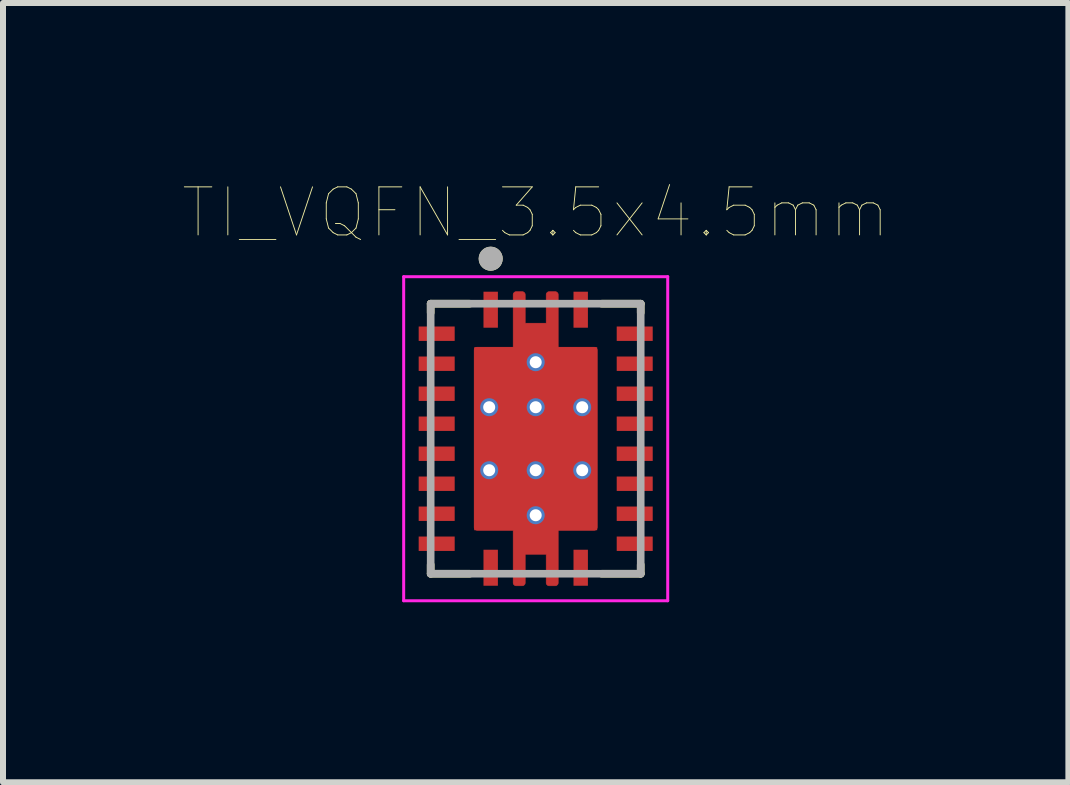
<source format=kicad_pcb>
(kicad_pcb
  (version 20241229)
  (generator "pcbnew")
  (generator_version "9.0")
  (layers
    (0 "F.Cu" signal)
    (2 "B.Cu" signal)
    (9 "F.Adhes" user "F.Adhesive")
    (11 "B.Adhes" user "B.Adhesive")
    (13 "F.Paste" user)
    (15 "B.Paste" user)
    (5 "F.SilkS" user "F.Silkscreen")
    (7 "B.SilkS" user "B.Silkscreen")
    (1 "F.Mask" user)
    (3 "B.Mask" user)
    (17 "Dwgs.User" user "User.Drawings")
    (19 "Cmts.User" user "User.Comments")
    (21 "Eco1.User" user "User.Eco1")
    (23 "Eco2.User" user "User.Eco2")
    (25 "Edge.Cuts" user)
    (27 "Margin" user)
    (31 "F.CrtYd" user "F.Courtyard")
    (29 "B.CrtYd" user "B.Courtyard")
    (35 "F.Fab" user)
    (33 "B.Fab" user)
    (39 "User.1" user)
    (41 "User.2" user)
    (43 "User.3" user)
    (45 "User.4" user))
  (footprint "TI_VQFN_3.5x4.5mm"
    (layer "F.Cu")
    (at 5.877 4.261)
    (property "Reference" "TI_VQFN_3.5x4.5mm" (at 0 -3.766 0) (layer "F.SilkS") (effects (font (size 0.801 0.801) (thickness 0.015))))
    (attr smd)
    (fp_poly (pts (xy -0.375 -1.525) (xy -0.375 -2.4) (xy -0.375 -2.403) (xy -0.375 -2.405) (xy -0.374 -2.408) (xy -0.374 -2.41) (xy -0.373 -2.413) (xy -0.373 -2.415) (xy -0.372 -2.418) (xy -0.371 -2.42) (xy -0.37 -2.423) (xy -0.368 -2.425) (xy -0.367 -2.427) (xy -0.365 -2.429) (xy -0.364 -2.431) (xy -0.362 -2.433) (xy -0.36 -2.435) (xy -0.358 -2.437) (xy -0.356 -2.439) (xy -0.354 -2.44) (xy -0.352 -2.442) (xy -0.35 -2.443) (xy -0.348 -2.445) (xy -0.345 -2.446) (xy -0.343 -2.447) (xy -0.34 -2.448) (xy -0.338 -2.448) (xy -0.335 -2.449) (xy -0.333 -2.449) (xy -0.33 -2.45) (xy -0.328 -2.45) (xy -0.325 -2.45) (xy -0.225 -2.45) (xy -0.222 -2.45) (xy -0.22 -2.45) (xy -0.217 -2.449) (xy -0.215 -2.449) (xy -0.212 -2.448) (xy -0.21 -2.448) (xy -0.207 -2.447) (xy -0.205 -2.446) (xy -0.202 -2.445) (xy -0.2 -2.443) (xy -0.198 -2.442) (xy -0.196 -2.44) (xy -0.194 -2.439) (xy -0.192 -2.437) (xy -0.19 -2.435) (xy -0.188 -2.433) (xy -0.186 -2.431) (xy -0.185 -2.429) (xy -0.183 -2.427) (xy -0.182 -2.425) (xy -0.18 -2.423) (xy -0.179 -2.42) (xy -0.178 -2.418) (xy -0.177 -2.415) (xy -0.177 -2.413) (xy -0.176 -2.41) (xy -0.176 -2.408) (xy -0.175 -2.405) (xy -0.175 -2.403) (xy -0.175 -2.4) (xy -0.175 -1.925) (xy 0.175 -1.925) (xy 0.175 -2.4) (xy 0.175 -2.403) (xy 0.175 -2.405) (xy 0.176 -2.408) (xy 0.176 -2.41) (xy 0.177 -2.413) (xy 0.177 -2.415) (xy 0.178 -2.418) (xy 0.179 -2.42) (xy 0.18 -2.423) (xy 0.182 -2.425) (xy 0.183 -2.427) (xy 0.185 -2.429) (xy 0.186 -2.431) (xy 0.188 -2.433) (xy 0.19 -2.435) (xy 0.192 -2.437) (xy 0.194 -2.439) (xy 0.196 -2.44) (xy 0.198 -2.442) (xy 0.2 -2.443) (xy 0.202 -2.445) (xy 0.205 -2.446) (xy 0.207 -2.447) (xy 0.21 -2.448) (xy 0.212 -2.448) (xy 0.215 -2.449) (xy 0.217 -2.449) (xy 0.22 -2.45) (xy 0.222 -2.45) (xy 0.225 -2.45) (xy 0.325 -2.45) (xy 0.328 -2.45) (xy 0.33 -2.45) (xy 0.333 -2.449) (xy 0.335 -2.449) (xy 0.338 -2.448) (xy 0.34 -2.448) (xy 0.343 -2.447) (xy 0.345 -2.446) (xy 0.348 -2.445) (xy 0.35 -2.443) (xy 0.352 -2.442) (xy 0.354 -2.44) (xy 0.356 -2.439) (xy 0.358 -2.437) (xy 0.36 -2.435) (xy 0.362 -2.433) (xy 0.364 -2.431) (xy 0.365 -2.429) (xy 0.367 -2.427) (xy 0.368 -2.425) (xy 0.37 -2.423) (xy 0.371 -2.42) (xy 0.372 -2.418) (xy 0.373 -2.415) (xy 0.373 -2.413) (xy 0.374 -2.41) (xy 0.374 -2.408) (xy 0.375 -2.405) (xy 0.375 -2.403) (xy 0.375 -2.4) (xy 0.375 -1.525) (xy 0.975 -1.525) (xy 0.978 -1.525) (xy 0.98 -1.525) (xy 0.983 -1.524) (xy 0.985 -1.524) (xy 0.988 -1.523) (xy 0.99 -1.523) (xy 0.993 -1.522) (xy 0.995 -1.521) (xy 0.998 -1.52) (xy 1 -1.518) (xy 1.002 -1.517) (xy 1.004 -1.515) (xy 1.006 -1.514) (xy 1.008 -1.512) (xy 1.01 -1.51) (xy 1.012 -1.508) (xy 1.014 -1.506) (xy 1.015 -1.504) (xy 1.017 -1.502) (xy 1.018 -1.5) (xy 1.02 -1.498) (xy 1.021 -1.495) (xy 1.022 -1.493) (xy 1.023 -1.49) (xy 1.023 -1.488) (xy 1.024 -1.485) (xy 1.024 -1.483) (xy 1.025 -1.48) (xy 1.025 -1.478) (xy 1.025 -1.475) (xy 1.025 1.475) (xy 1.025 1.478) (xy 1.025 1.48) (xy 1.024 1.483) (xy 1.024 1.485) (xy 1.023 1.488) (xy 1.023 1.49) (xy 1.022 1.493) (xy 1.021 1.495) (xy 1.02 1.498) (xy 1.018 1.5) (xy 1.017 1.502) (xy 1.015 1.504) (xy 1.014 1.506) (xy 1.012 1.508) (xy 1.01 1.51) (xy 1.008 1.512) (xy 1.006 1.514) (xy 1.004 1.515) (xy 1.002 1.517) (xy 1 1.518) (xy 0.998 1.52) (xy 0.995 1.521) (xy 0.993 1.522) (xy 0.99 1.523) (xy 0.988 1.523) (xy 0.985 1.524) (xy 0.983 1.524) (xy 0.98 1.525) (xy 0.978 1.525) (xy 0.975 1.525) (xy 0.375 1.525) (xy 0.375 2.4) (xy 0.375 2.403) (xy 0.375 2.405) (xy 0.374 2.408) (xy 0.374 2.41) (xy 0.373 2.413) (xy 0.373 2.415) (xy 0.372 2.418) (xy 0.371 2.42) (xy 0.37 2.423) (xy 0.368 2.425) (xy 0.367 2.427) (xy 0.365 2.429) (xy 0.364 2.431) (xy 0.362 2.433) (xy 0.36 2.435) (xy 0.358 2.437) (xy 0.356 2.439) (xy 0.354 2.44) (xy 0.352 2.442) (xy 0.35 2.443) (xy 0.348 2.445) (xy 0.345 2.446) (xy 0.343 2.447) (xy 0.34 2.448) (xy 0.338 2.448) (xy 0.335 2.449) (xy 0.333 2.449) (xy 0.33 2.45) (xy 0.328 2.45) (xy 0.325 2.45) (xy 0.225 2.45) (xy 0.222 2.45) (xy 0.22 2.45) (xy 0.217 2.449) (xy 0.215 2.449) (xy 0.212 2.448) (xy 0.21 2.448) (xy 0.207 2.447) (xy 0.205 2.446) (xy 0.202 2.445) (xy 0.2 2.443) (xy 0.198 2.442) (xy 0.196 2.44) (xy 0.194 2.439) (xy 0.192 2.437) (xy 0.19 2.435) (xy 0.188 2.433) (xy 0.186 2.431) (xy 0.185 2.429) (xy 0.183 2.427) (xy 0.182 2.425) (xy 0.18 2.423) (xy 0.179 2.42) (xy 0.178 2.418) (xy 0.177 2.415) (xy 0.177 2.413) (xy 0.176 2.41) (xy 0.176 2.408) (xy 0.175 2.405) (xy 0.175 2.403) (xy 0.175 2.4) (xy 0.175 1.925) (xy -0.175 1.925) (xy -0.175 2.4) (xy -0.175 2.403) (xy -0.175 2.405) (xy -0.176 2.408) (xy -0.176 2.41) (xy -0.177 2.413) (xy -0.177 2.415) (xy -0.178 2.418) (xy -0.179 2.42) (xy -0.18 2.423) (xy -0.182 2.425) (xy -0.183 2.427) (xy -0.185 2.429) (xy -0.186 2.431) (xy -0.188 2.433) (xy -0.19 2.435) (xy -0.192 2.437) (xy -0.194 2.439) (xy -0.196 2.44) (xy -0.198 2.442) (xy -0.2 2.443) (xy -0.202 2.445) (xy -0.205 2.446) (xy -0.207 2.447) (xy -0.21 2.448) (xy -0.212 2.448) (xy -0.215 2.449) (xy -0.217 2.449) (xy -0.22 2.45) (xy -0.222 2.45) (xy -0.225 2.45) (xy -0.325 2.45) (xy -0.328 2.45) (xy -0.33 2.45) (xy -0.333 2.449) (xy -0.335 2.449) (xy -0.338 2.448) (xy -0.34 2.448) (xy -0.343 2.447) (xy -0.345 2.446) (xy -0.348 2.445) (xy -0.35 2.443) (xy -0.352 2.442) (xy -0.354 2.44) (xy -0.356 2.439) (xy -0.358 2.437) (xy -0.36 2.435) (xy -0.362 2.433) (xy -0.364 2.431) (xy -0.365 2.429) (xy -0.367 2.427) (xy -0.368 2.425) (xy -0.37 2.423) (xy -0.371 2.42) (xy -0.372 2.418) (xy -0.373 2.415) (xy -0.373 2.413) (xy -0.374 2.41) (xy -0.374 2.408) (xy -0.375 2.405) (xy -0.375 2.403) (xy -0.375 2.4) (xy -0.375 1.525) (xy -0.975 1.525) (xy -0.978 1.525) (xy -0.98 1.525) (xy -0.983 1.524) (xy -0.985 1.524) (xy -0.988 1.523) (xy -0.99 1.523) (xy -0.993 1.522) (xy -0.995 1.521) (xy -0.998 1.52) (xy -1 1.518) (xy -1.002 1.517) (xy -1.004 1.515) (xy -1.006 1.514) (xy -1.008 1.512) (xy -1.01 1.51) (xy -1.012 1.508) (xy -1.014 1.506) (xy -1.015 1.504) (xy -1.017 1.502) (xy -1.018 1.5) (xy -1.02 1.498) (xy -1.021 1.495) (xy -1.022 1.493) (xy -1.023 1.49) (xy -1.023 1.488) (xy -1.024 1.485) (xy -1.024 1.483) (xy -1.025 1.48) (xy -1.025 1.478) (xy -1.025 1.475) (xy -1.025 -1.475) (xy -1.025 -1.478) (xy -1.025 -1.48) (xy -1.024 -1.483) (xy -1.024 -1.485) (xy -1.023 -1.488) (xy -1.023 -1.49) (xy -1.022 -1.493) (xy -1.021 -1.495) (xy -1.02 -1.498) (xy -1.018 -1.5) (xy -1.017 -1.502) (xy -1.015 -1.504) (xy -1.014 -1.506) (xy -1.012 -1.508) (xy -1.01 -1.51) (xy -1.008 -1.512) (xy -1.006 -1.514) (xy -1.004 -1.515) (xy -1.002 -1.517) (xy -1 -1.518) (xy -0.998 -1.52) (xy -0.995 -1.521) (xy -0.993 -1.522) (xy -0.99 -1.523) (xy -0.988 -1.523) (xy -0.985 -1.524) (xy -0.983 -1.524) (xy -0.98 -1.525) (xy -0.978 -1.525) (xy -0.975 -1.525) (xy -0.375 -1.525)) (stroke (width 0.01) (type solid)) (fill yes) (layer "F.Cu"))
    (fp_poly (pts (xy -0.477 -1.627) (xy -0.477 -2.4) (xy -0.477 -2.408) (xy -0.476 -2.416) (xy -0.475 -2.424) (xy -0.474 -2.432) (xy -0.472 -2.439) (xy -0.47 -2.447) (xy -0.467 -2.454) (xy -0.464 -2.462) (xy -0.46 -2.469) (xy -0.457 -2.476) (xy -0.452 -2.483) (xy -0.448 -2.489) (xy -0.443 -2.496) (xy -0.438 -2.502) (xy -0.432 -2.507) (xy -0.427 -2.513) (xy -0.421 -2.518) (xy -0.414 -2.523) (xy -0.408 -2.527) (xy -0.401 -2.532) (xy -0.394 -2.535) (xy -0.387 -2.539) (xy -0.379 -2.542) (xy -0.372 -2.545) (xy -0.364 -2.547) (xy -0.357 -2.549) (xy -0.349 -2.55) (xy -0.341 -2.551) (xy -0.333 -2.552) (xy -0.325 -2.552) (xy -0.225 -2.552) (xy -0.217 -2.552) (xy -0.209 -2.551) (xy -0.201 -2.55) (xy -0.193 -2.549) (xy -0.186 -2.547) (xy -0.178 -2.545) (xy -0.171 -2.542) (xy -0.163 -2.539) (xy -0.156 -2.535) (xy -0.149 -2.532) (xy -0.142 -2.527) (xy -0.136 -2.523) (xy -0.129 -2.518) (xy -0.123 -2.513) (xy -0.118 -2.507) (xy -0.112 -2.502) (xy -0.107 -2.496) (xy -0.102 -2.489) (xy -0.098 -2.483) (xy -0.093 -2.476) (xy -0.09 -2.469) (xy -0.086 -2.462) (xy -0.083 -2.454) (xy -0.08 -2.447) (xy -0.078 -2.439) (xy -0.076 -2.432) (xy -0.075 -2.424) (xy -0.074 -2.416) (xy -0.073 -2.408) (xy -0.073 -2.4) (xy -0.073 -2.027) (xy 0.072 -2.027) (xy 0.073 -2.027) (xy 0.073 -2.402) (xy 0.073 -2.41) (xy 0.074 -2.418) (xy 0.075 -2.425) (xy 0.076 -2.433) (xy 0.078 -2.441) (xy 0.08 -2.448) (xy 0.083 -2.456) (xy 0.086 -2.463) (xy 0.089 -2.47) (xy 0.093 -2.477) (xy 0.097 -2.484) (xy 0.102 -2.49) (xy 0.106 -2.496) (xy 0.112 -2.502) (xy 0.117 -2.508) (xy 0.123 -2.513) (xy 0.129 -2.519) (xy 0.135 -2.523) (xy 0.141 -2.528) (xy 0.148 -2.532) (xy 0.155 -2.536) (xy 0.162 -2.539) (xy 0.169 -2.542) (xy 0.177 -2.545) (xy 0.184 -2.547) (xy 0.192 -2.549) (xy 0.2 -2.55) (xy 0.207 -2.551) (xy 0.215 -2.552) (xy 0.223 -2.552) (xy 0.326 -2.552) (xy 0.334 -2.552) (xy 0.342 -2.551) (xy 0.35 -2.55) (xy 0.357 -2.549) (xy 0.365 -2.547) (xy 0.373 -2.545) (xy 0.38 -2.542) (xy 0.387 -2.539) (xy 0.395 -2.536) (xy 0.402 -2.532) (xy 0.408 -2.528) (xy 0.415 -2.523) (xy 0.421 -2.518) (xy 0.427 -2.513) (xy 0.433 -2.508) (xy 0.438 -2.502) (xy 0.443 -2.496) (xy 0.448 -2.49) (xy 0.453 -2.483) (xy 0.457 -2.477) (xy 0.461 -2.47) (xy 0.464 -2.462) (xy 0.467 -2.455) (xy 0.47 -2.448) (xy 0.472 -2.44) (xy 0.474 -2.432) (xy 0.475 -2.425) (xy 0.476 -2.417) (xy 0.477 -2.409) (xy 0.477 -2.401) (xy 0.477 -1.627) (xy 0.975 -1.627) (xy 0.983 -1.627) (xy 0.991 -1.626) (xy 0.999 -1.625) (xy 1.007 -1.624) (xy 1.014 -1.622) (xy 1.022 -1.62) (xy 1.029 -1.617) (xy 1.037 -1.614) (xy 1.044 -1.61) (xy 1.051 -1.607) (xy 1.058 -1.602) (xy 1.064 -1.598) (xy 1.071 -1.593) (xy 1.077 -1.588) (xy 1.082 -1.582) (xy 1.088 -1.577) (xy 1.093 -1.571) (xy 1.098 -1.564) (xy 1.102 -1.558) (xy 1.107 -1.551) (xy 1.11 -1.544) (xy 1.114 -1.537) (xy 1.117 -1.529) (xy 1.12 -1.522) (xy 1.122 -1.514) (xy 1.124 -1.507) (xy 1.125 -1.499) (xy 1.126 -1.491) (xy 1.127 -1.483) (xy 1.127 -1.475) (xy 1.127 1.476) (xy 1.127 1.484) (xy 1.126 1.492) (xy 1.125 1.499) (xy 1.124 1.507) (xy 1.122 1.515) (xy 1.12 1.522) (xy 1.117 1.53) (xy 1.114 1.537) (xy 1.111 1.544) (xy 1.107 1.551) (xy 1.103 1.558) (xy 1.098 1.564) (xy 1.094 1.57) (xy 1.088 1.576) (xy 1.083 1.582) (xy 1.077 1.587) (xy 1.071 1.593) (xy 1.065 1.597) (xy 1.059 1.602) (xy 1.052 1.606) (xy 1.045 1.61) (xy 1.038 1.613) (xy 1.031 1.616) (xy 1.023 1.619) (xy 1.016 1.621) (xy 1.008 1.623) (xy 1 1.624) (xy 0.993 1.625) (xy 0.985 1.626) (xy 0.977 1.626) (xy 0.478 1.626) (xy 0.478 1.626) (xy 0.478 1.626) (xy 0.478 1.626) (xy 0.478 1.626) (xy 0.478 1.626) (xy 0.478 1.626) (xy 0.478 1.626) (xy 0.478 1.626) (xy 0.478 1.626) (xy 0.477 1.626) (xy 0.477 1.626) (xy 0.477 1.626) (xy 0.477 1.626) (xy 0.477 1.626) (xy 0.477 1.626) (xy 0.477 1.626) (xy 0.477 1.626) (xy 0.477 1.626) (xy 0.477 1.626) (xy 0.477 1.627) (xy 0.477 1.627) (xy 0.477 1.627) (xy 0.477 1.627) (xy 0.477 1.627) (xy 0.477 1.627) (xy 0.477 1.627) (xy 0.477 1.627) (xy 0.477 1.627) (xy 0.477 1.627) (xy 0.477 1.627) (xy 0.477 2.401) (xy 0.477 2.409) (xy 0.476 2.417) (xy 0.475 2.424) (xy 0.474 2.432) (xy 0.472 2.44) (xy 0.47 2.447) (xy 0.467 2.455) (xy 0.464 2.462) (xy 0.461 2.469) (xy 0.457 2.476) (xy 0.453 2.483) (xy 0.448 2.489) (xy 0.444 2.495) (xy 0.438 2.501) (xy 0.433 2.507) (xy 0.427 2.512) (xy 0.421 2.518) (xy 0.415 2.522) (xy 0.409 2.527) (xy 0.402 2.531) (xy 0.395 2.535) (xy 0.388 2.538) (xy 0.381 2.541) (xy 0.373 2.544) (xy 0.366 2.546) (xy 0.358 2.548) (xy 0.35 2.549) (xy 0.343 2.55) (xy 0.335 2.551) (xy 0.327 2.551) (xy 0.222 2.551) (xy 0.214 2.551) (xy 0.206 2.55) (xy 0.199 2.549) (xy 0.191 2.548) (xy 0.183 2.546) (xy 0.176 2.544) (xy 0.169 2.541) (xy 0.161 2.538) (xy 0.154 2.535) (xy 0.147 2.531) (xy 0.141 2.527) (xy 0.134 2.523) (xy 0.128 2.518) (xy 0.122 2.513) (xy 0.117 2.507) (xy 0.111 2.502) (xy 0.106 2.496) (xy 0.101 2.49) (xy 0.097 2.483) (xy 0.093 2.477) (xy 0.089 2.47) (xy 0.086 2.463) (xy 0.083 2.455) (xy 0.08 2.448) (xy 0.078 2.441) (xy 0.076 2.433) (xy 0.075 2.425) (xy 0.074 2.418) (xy 0.073 2.41) (xy 0.073 2.402) (xy 0.073 2.027) (xy -0.072 2.027) (xy -0.072 2.027) (xy -0.072 2.027) (xy -0.072 2.027) (xy -0.072 2.027) (xy -0.072 2.027) (xy -0.072 2.027) (xy -0.072 2.027) (xy -0.072 2.027) (xy -0.072 2.027) (xy -0.072 2.027) (xy -0.073 2.027) (xy -0.073 2.027) (xy -0.073 2.027) (xy -0.073 2.027) (xy -0.073 2.027) (xy -0.073 2.027) (xy -0.073 2.027) (xy -0.073 2.027) (xy -0.073 2.027) (xy -0.073 2.027) (xy -0.073 2.028) (xy -0.073 2.028) (xy -0.073 2.028) (xy -0.073 2.028) (xy -0.073 2.028) (xy -0.073 2.028) (xy -0.073 2.028) (xy -0.073 2.028) (xy -0.073 2.028) (xy -0.073 2.028) (xy -0.073 2.401) (xy -0.073 2.409) (xy -0.074 2.417) (xy -0.075 2.424) (xy -0.076 2.432) (xy -0.078 2.44) (xy -0.08 2.447) (xy -0.083 2.455) (xy -0.086 2.462) (xy -0.089 2.469) (xy -0.093 2.476) (xy -0.097 2.483) (xy -0.102 2.489) (xy -0.106 2.495) (xy -0.112 2.501) (xy -0.117 2.507) (xy -0.123 2.512) (xy -0.129 2.518) (xy -0.135 2.522) (xy -0.141 2.527) (xy -0.148 2.531) (xy -0.155 2.535) (xy -0.162 2.538) (xy -0.169 2.541) (xy -0.177 2.544) (xy -0.184 2.546) (xy -0.192 2.548) (xy -0.2 2.549) (xy -0.207 2.55) (xy -0.215 2.551) (xy -0.223 2.551) (xy -0.329 2.551) (xy -0.337 2.551) (xy -0.344 2.55) (xy -0.352 2.549) (xy -0.36 2.548) (xy -0.367 2.546) (xy -0.375 2.544) (xy -0.382 2.541) (xy -0.389 2.538) (xy -0.396 2.535) (xy -0.403 2.531) (xy -0.41 2.527) (xy -0.416 2.523) (xy -0.422 2.518) (xy -0.428 2.513) (xy -0.434 2.508) (xy -0.439 2.502) (xy -0.444 2.496) (xy -0.449 2.49) (xy -0.453 2.484) (xy -0.457 2.477) (xy -0.461 2.47) (xy -0.464 2.463) (xy -0.467 2.456) (xy -0.47 2.449) (xy -0.472 2.441) (xy -0.474 2.434) (xy -0.475 2.426) (xy -0.476 2.418) (xy -0.477 2.411) (xy -0.477 2.403) (xy -0.477 1.627) (xy -0.975 1.627) (xy -0.983 1.627) (xy -0.991 1.626) (xy -0.999 1.625) (xy -1.007 1.624) (xy -1.014 1.622) (xy -1.022 1.62) (xy -1.029 1.617) (xy -1.037 1.614) (xy -1.044 1.61) (xy -1.051 1.607) (xy -1.058 1.602) (xy -1.064 1.598) (xy -1.071 1.593) (xy -1.077 1.588) (xy -1.082 1.582) (xy -1.088 1.577) (xy -1.093 1.571) (xy -1.098 1.564) (xy -1.102 1.558) (xy -1.107 1.551) (xy -1.11 1.544) (xy -1.114 1.537) (xy -1.117 1.529) (xy -1.12 1.522) (xy -1.122 1.514) (xy -1.124 1.507) (xy -1.125 1.499) (xy -1.126 1.491) (xy -1.127 1.483) (xy -1.127 1.475) (xy -1.127 -1.474) (xy -1.127 -1.482) (xy -1.126 -1.49) (xy -1.125 -1.498) (xy -1.124 -1.506) (xy -1.122 -1.513) (xy -1.12 -1.521) (xy -1.117 -1.528) (xy -1.114 -1.536) (xy -1.11 -1.543) (xy -1.107 -1.55) (xy -1.102 -1.557) (xy -1.098 -1.563) (xy -1.093 -1.57) (xy -1.088 -1.576) (xy -1.082 -1.581) (xy -1.077 -1.587) (xy -1.071 -1.592) (xy -1.064 -1.597) (xy -1.058 -1.601) (xy -1.051 -1.606) (xy -1.044 -1.609) (xy -1.037 -1.613) (xy -1.029 -1.616) (xy -1.022 -1.619) (xy -1.014 -1.621) (xy -1.007 -1.623) (xy -0.999 -1.624) (xy -0.991 -1.625) (xy -0.983 -1.626) (xy -0.975 -1.626) (xy -0.478 -1.626) (xy -0.478 -1.626) (xy -0.478 -1.626) (xy -0.478 -1.626) (xy -0.478 -1.626) (xy -0.478 -1.626) (xy -0.478 -1.626) (xy -0.478 -1.626) (xy -0.478 -1.626) (xy -0.478 -1.626) (xy -0.477 -1.626) (xy -0.477 -1.626) (xy -0.477 -1.626) (xy -0.477 -1.626) (xy -0.477 -1.626) (xy -0.477 -1.626) (xy -0.477 -1.626) (xy -0.477 -1.626) (xy -0.477 -1.626) (xy -0.477 -1.626) (xy -0.477 -1.627) (xy -0.477 -1.627) (xy -0.477 -1.627) (xy -0.477 -1.627) (xy -0.477 -1.627) (xy -0.477 -1.627) (xy -0.477 -1.627) (xy -0.477 -1.627) (xy -0.477 -1.627) (xy -0.477 -1.627) (xy -0.477 -1.627)) (stroke (width 0.01) (type solid)) (fill yes) (layer "F.Mask"))
    (fp_line (start -1.75 -2.25) (end -1.1 -2.25) (stroke (width 0.127) (type solid)) (layer "F.SilkS"))
    (fp_line (start -1.75 -2.1) (end -1.75 -2.25) (stroke (width 0.127) (type solid)) (layer "F.SilkS"))
    (fp_line (start -1.75 2.1) (end -1.75 2.25) (stroke (width 0.127) (type solid)) (layer "F.SilkS"))
    (fp_line (start -1.75 2.25) (end -1.1 2.25) (stroke (width 0.127) (type solid)) (layer "F.SilkS"))
    (fp_line (start 1.1 -2.25) (end 1.75 -2.25) (stroke (width 0.127) (type solid)) (layer "F.SilkS"))
    (fp_line (start 1.1 2.25) (end 1.75 2.25) (stroke (width 0.127) (type solid)) (layer "F.SilkS"))
    (fp_line (start 1.75 -2.25) (end 1.75 -2.1) (stroke (width 0.127) (type solid)) (layer "F.SilkS"))
    (fp_line (start 1.75 2.25) (end 1.75 2.1) (stroke (width 0.127) (type solid)) (layer "F.SilkS"))
    (fp_circle (center -0.75 -3) (end -0.65 -3) (stroke (width 0.2) (type solid)) (fill no) (layer "F.SilkS"))
    (fp_poly (pts (xy -1.02 -0.625) (xy -0.1 -0.625) (xy -0.1 -1.475) (xy -1.02 -1.475)) (stroke (width 0.01) (type solid)) (fill yes) (layer "F.Paste"))
    (fp_poly (pts (xy -1.02 0.425) (xy -0.1 0.425) (xy -0.1 -0.425) (xy -1.02 -0.425)) (stroke (width 0.01) (type solid)) (fill yes) (layer "F.Paste"))
    (fp_poly (pts (xy -1.02 1.475) (xy -0.1 1.475) (xy -0.1 0.625) (xy -1.02 0.625)) (stroke (width 0.01) (type solid)) (fill yes) (layer "F.Paste"))
    (fp_poly (pts (xy 0.1 -0.625) (xy 1.02 -0.625) (xy 1.02 -1.475) (xy 0.1 -1.475)) (stroke (width 0.01) (type solid)) (fill yes) (layer "F.Paste"))
    (fp_poly (pts (xy 0.1 0.425) (xy 1.02 0.425) (xy 1.02 -0.425) (xy 0.1 -0.425)) (stroke (width 0.01) (type solid)) (fill yes) (layer "F.Paste"))
    (fp_poly (pts (xy 0.1 1.475) (xy 1.02 1.475) (xy 1.02 0.625) (xy 0.1 0.625)) (stroke (width 0.01) (type solid)) (fill yes) (layer "F.Paste"))
    (fp_poly (pts (xy -0.375 -1.675) (xy -0.375 -2.4) (xy -0.375 -2.403) (xy -0.375 -2.405) (xy -0.374 -2.408) (xy -0.374 -2.41) (xy -0.373 -2.413) (xy -0.373 -2.415) (xy -0.372 -2.418) (xy -0.371 -2.42) (xy -0.37 -2.423) (xy -0.368 -2.425) (xy -0.367 -2.427) (xy -0.365 -2.429) (xy -0.364 -2.431) (xy -0.362 -2.433) (xy -0.36 -2.435) (xy -0.358 -2.437) (xy -0.356 -2.439) (xy -0.354 -2.44) (xy -0.352 -2.442) (xy -0.35 -2.443) (xy -0.348 -2.445) (xy -0.345 -2.446) (xy -0.343 -2.447) (xy -0.34 -2.448) (xy -0.338 -2.448) (xy -0.335 -2.449) (xy -0.333 -2.449) (xy -0.33 -2.45) (xy -0.328 -2.45) (xy -0.325 -2.45) (xy -0.225 -2.45) (xy -0.222 -2.45) (xy -0.22 -2.45) (xy -0.217 -2.449) (xy -0.215 -2.449) (xy -0.212 -2.448) (xy -0.21 -2.448) (xy -0.207 -2.447) (xy -0.205 -2.446) (xy -0.202 -2.445) (xy -0.2 -2.443) (xy -0.198 -2.442) (xy -0.196 -2.44) (xy -0.194 -2.439) (xy -0.192 -2.437) (xy -0.19 -2.435) (xy -0.188 -2.433) (xy -0.186 -2.431) (xy -0.185 -2.429) (xy -0.183 -2.427) (xy -0.182 -2.425) (xy -0.18 -2.423) (xy -0.179 -2.42) (xy -0.178 -2.418) (xy -0.177 -2.415) (xy -0.177 -2.413) (xy -0.176 -2.41) (xy -0.176 -2.408) (xy -0.175 -2.405) (xy -0.175 -2.403) (xy -0.175 -2.4) (xy -0.175 -1.925) (xy 0.175 -1.925) (xy 0.175 -2.4) (xy 0.175 -2.403) (xy 0.175 -2.405) (xy 0.176 -2.408) (xy 0.176 -2.41) (xy 0.177 -2.413) (xy 0.177 -2.415) (xy 0.178 -2.418) (xy 0.179 -2.42) (xy 0.18 -2.423) (xy 0.182 -2.425) (xy 0.183 -2.427) (xy 0.185 -2.429) (xy 0.186 -2.431) (xy 0.188 -2.433) (xy 0.19 -2.435) (xy 0.192 -2.437) (xy 0.194 -2.439) (xy 0.196 -2.44) (xy 0.198 -2.442) (xy 0.2 -2.443) (xy 0.202 -2.445) (xy 0.205 -2.446) (xy 0.207 -2.447) (xy 0.21 -2.448) (xy 0.212 -2.448) (xy 0.215 -2.449) (xy 0.217 -2.449) (xy 0.22 -2.45) (xy 0.222 -2.45) (xy 0.225 -2.45) (xy 0.325 -2.45) (xy 0.328 -2.45) (xy 0.33 -2.45) (xy 0.333 -2.449) (xy 0.335 -2.449) (xy 0.338 -2.448) (xy 0.34 -2.448) (xy 0.343 -2.447) (xy 0.345 -2.446) (xy 0.348 -2.445) (xy 0.35 -2.443) (xy 0.352 -2.442) (xy 0.354 -2.44) (xy 0.356 -2.439) (xy 0.358 -2.437) (xy 0.36 -2.435) (xy 0.362 -2.433) (xy 0.364 -2.431) (xy 0.365 -2.429) (xy 0.367 -2.427) (xy 0.368 -2.425) (xy 0.37 -2.423) (xy 0.371 -2.42) (xy 0.372 -2.418) (xy 0.373 -2.415) (xy 0.373 -2.413) (xy 0.374 -2.41) (xy 0.374 -2.408) (xy 0.375 -2.405) (xy 0.375 -2.403) (xy 0.375 -2.4) (xy 0.375 -1.675) (xy -0.375 -1.675)) (stroke (width 0.01) (type solid)) (fill yes) (layer "F.Paste"))
    (fp_poly (pts (xy 0.375 1.675) (xy 0.375 2.4) (xy 0.375 2.403) (xy 0.375 2.405) (xy 0.374 2.408) (xy 0.374 2.41) (xy 0.373 2.413) (xy 0.373 2.415) (xy 0.372 2.418) (xy 0.371 2.42) (xy 0.37 2.423) (xy 0.368 2.425) (xy 0.367 2.427) (xy 0.365 2.429) (xy 0.364 2.431) (xy 0.362 2.433) (xy 0.36 2.435) (xy 0.358 2.437) (xy 0.356 2.439) (xy 0.354 2.44) (xy 0.352 2.442) (xy 0.35 2.443) (xy 0.348 2.445) (xy 0.345 2.446) (xy 0.343 2.447) (xy 0.34 2.448) (xy 0.338 2.448) (xy 0.335 2.449) (xy 0.333 2.449) (xy 0.33 2.45) (xy 0.328 2.45) (xy 0.325 2.45) (xy 0.225 2.45) (xy 0.222 2.45) (xy 0.22 2.45) (xy 0.217 2.449) (xy 0.215 2.449) (xy 0.212 2.448) (xy 0.21 2.448) (xy 0.207 2.447) (xy 0.205 2.446) (xy 0.202 2.445) (xy 0.2 2.443) (xy 0.198 2.442) (xy 0.196 2.44) (xy 0.194 2.439) (xy 0.192 2.437) (xy 0.19 2.435) (xy 0.188 2.433) (xy 0.186 2.431) (xy 0.185 2.429) (xy 0.183 2.427) (xy 0.182 2.425) (xy 0.18 2.423) (xy 0.179 2.42) (xy 0.178 2.418) (xy 0.177 2.415) (xy 0.177 2.413) (xy 0.176 2.41) (xy 0.176 2.408) (xy 0.175 2.405) (xy 0.175 2.403) (xy 0.175 2.4) (xy 0.175 1.925) (xy -0.175 1.925) (xy -0.175 2.4) (xy -0.175 2.403) (xy -0.175 2.405) (xy -0.176 2.408) (xy -0.176 2.41) (xy -0.177 2.413) (xy -0.177 2.415) (xy -0.178 2.418) (xy -0.179 2.42) (xy -0.18 2.423) (xy -0.182 2.425) (xy -0.183 2.427) (xy -0.185 2.429) (xy -0.186 2.431) (xy -0.188 2.433) (xy -0.19 2.435) (xy -0.192 2.437) (xy -0.194 2.439) (xy -0.196 2.44) (xy -0.198 2.442) (xy -0.2 2.443) (xy -0.202 2.445) (xy -0.205 2.446) (xy -0.207 2.447) (xy -0.21 2.448) (xy -0.212 2.448) (xy -0.215 2.449) (xy -0.217 2.449) (xy -0.22 2.45) (xy -0.222 2.45) (xy -0.225 2.45) (xy -0.325 2.45) (xy -0.328 2.45) (xy -0.33 2.45) (xy -0.333 2.449) (xy -0.335 2.449) (xy -0.338 2.448) (xy -0.34 2.448) (xy -0.343 2.447) (xy -0.345 2.446) (xy -0.348 2.445) (xy -0.35 2.443) (xy -0.352 2.442) (xy -0.354 2.44) (xy -0.356 2.439) (xy -0.358 2.437) (xy -0.36 2.435) (xy -0.362 2.433) (xy -0.364 2.431) (xy -0.365 2.429) (xy -0.367 2.427) (xy -0.368 2.425) (xy -0.37 2.423) (xy -0.371 2.42) (xy -0.372 2.418) (xy -0.373 2.415) (xy -0.373 2.413) (xy -0.374 2.41) (xy -0.374 2.408) (xy -0.375 2.405) (xy -0.375 2.403) (xy -0.375 2.4) (xy -0.375 1.675) (xy 0.375 1.675)) (stroke (width 0.01) (type solid)) (fill yes) (layer "F.Paste"))
    (fp_line (start -2.2 -2.7) (end -2.2 2.7) (stroke (width 0.05) (type solid)) (layer "F.CrtYd"))
    (fp_line (start -2.2 2.7) (end 2.2 2.7) (stroke (width 0.05) (type solid)) (layer "F.CrtYd"))
    (fp_line (start 2.2 -2.7) (end -2.2 -2.7) (stroke (width 0.05) (type solid)) (layer "F.CrtYd"))
    (fp_line (start 2.2 2.7) (end 2.2 -2.7) (stroke (width 0.05) (type solid)) (layer "F.CrtYd"))
    (fp_line (start -1.75 -2.25) (end 1.75 -2.25) (stroke (width 0.127) (type solid)) (layer "F.Fab"))
    (fp_line (start -1.75 2.25) (end -1.75 -2.25) (stroke (width 0.127) (type solid)) (layer "F.Fab"))
    (fp_line (start 1.75 -2.25) (end 1.75 2.25) (stroke (width 0.127) (type solid)) (layer "F.Fab"))
    (fp_line (start 1.75 2.25) (end -1.75 2.25) (stroke (width 0.127) (type solid)) (layer "F.Fab"))
    (fp_circle (center -0.75 -3) (end -0.65 -3) (stroke (width 0.2) (type solid)) (fill no) (layer "F.Fab"))
    (pad "1" smd rect (at -0.75 -2.15) (size 0.24 0.6) (layers "F.Cu" "F.Mask" "F.Paste"))
    (pad "2" smd rect (at -1.65 -1.75) (size 0.6 0.24) (layers "F.Cu" "F.Mask" "F.Paste"))
    (pad "3" smd rect (at -1.65 -1.25) (size 0.6 0.24) (layers "F.Cu" "F.Mask" "F.Paste"))
    (pad "4" smd rect (at -1.65 -0.75) (size 0.6 0.24) (layers "F.Cu" "F.Mask" "F.Paste"))
    (pad "5" smd rect (at -1.65 -0.25) (size 0.6 0.24) (layers "F.Cu" "F.Mask" "F.Paste"))
    (pad "6" smd rect (at -1.65 0.25) (size 0.6 0.24) (layers "F.Cu" "F.Mask" "F.Paste"))
    (pad "7" smd rect (at -1.65 0.75) (size 0.6 0.24) (layers "F.Cu" "F.Mask" "F.Paste"))
    (pad "8" smd rect (at -1.65 1.25) (size 0.6 0.24) (layers "F.Cu" "F.Mask" "F.Paste"))
    (pad "9" smd rect (at -1.65 1.75) (size 0.6 0.24) (layers "F.Cu" "F.Mask" "F.Paste"))
    (pad "10" smd rect (at -0.75 2.15) (size 0.24 0.6) (layers "F.Cu" "F.Mask" "F.Paste"))
    (pad "11" smd rect (at 0.75 2.15) (size 0.24 0.6) (layers "F.Cu" "F.Mask" "F.Paste"))
    (pad "12" smd rect (at 1.65 1.75) (size 0.6 0.24) (layers "F.Cu" "F.Mask" "F.Paste"))
    (pad "13" smd rect (at 1.65 1.25) (size 0.6 0.24) (layers "F.Cu" "F.Mask" "F.Paste"))
    (pad "14" smd rect (at 1.65 0.75) (size 0.6 0.24) (layers "F.Cu" "F.Mask" "F.Paste"))
    (pad "15" smd rect (at 1.65 0.25) (size 0.6 0.24) (layers "F.Cu" "F.Mask" "F.Paste"))
    (pad "16" smd rect (at 1.65 -0.25) (size 0.6 0.24) (layers "F.Cu" "F.Mask" "F.Paste"))
    (pad "17" smd rect (at 1.65 -0.75) (size 0.6 0.24) (layers "F.Cu" "F.Mask" "F.Paste"))
    (pad "18" smd rect (at 1.65 -1.25) (size 0.6 0.24) (layers "F.Cu" "F.Mask" "F.Paste"))
    (pad "19" smd rect (at 1.65 -1.75) (size 0.6 0.24) (layers "F.Cu" "F.Mask" "F.Paste"))
    (pad "20" smd rect (at 0.75 -2.15) (size 0.24 0.6) (layers "F.Cu" "F.Mask" "F.Paste"))
    (pad "21" thru_hole circle (at -0.775 -0.525) (size 0.3 0.3) (drill 0.2) (layers "*.Cu" "*.Mask"))
    (pad "21" thru_hole circle (at -0.775 0.525) (size 0.3 0.3) (drill 0.2) (layers "*.Cu" "*.Mask"))
    (pad "21" thru_hole circle (at 0 -1.275) (size 0.3 0.3) (drill 0.2) (layers "*.Cu" "*.Mask"))
    (pad "21" thru_hole circle (at 0 -0.525) (size 0.3 0.3) (drill 0.2) (layers "*.Cu" "*.Mask"))
    (pad "21" smd rect (at 0 0) (size 2.05 3.05) (layers "F.Cu" "F.Mask"))
    (pad "21" thru_hole circle (at 0 0.525) (size 0.3 0.3) (drill 0.2) (layers "*.Cu" "*.Mask"))
    (pad "21" thru_hole circle (at 0 1.275) (size 0.3 0.3) (drill 0.2) (layers "*.Cu" "*.Mask"))
    (pad "21" thru_hole circle (at 0.775 -0.525) (size 0.3 0.3) (drill 0.2) (layers "*.Cu" "*.Mask"))
    (pad "21" thru_hole circle (at 0.775 0.525) (size 0.3 0.3) (drill 0.2) (layers "*.Cu" "*.Mask")))
  (gr_rect
    (start -3 -3)
    (end 14.754 9.986)
    (stroke (width 0.1) (type default))
    (fill no)
    (layer "Edge.Cuts")))
</source>
